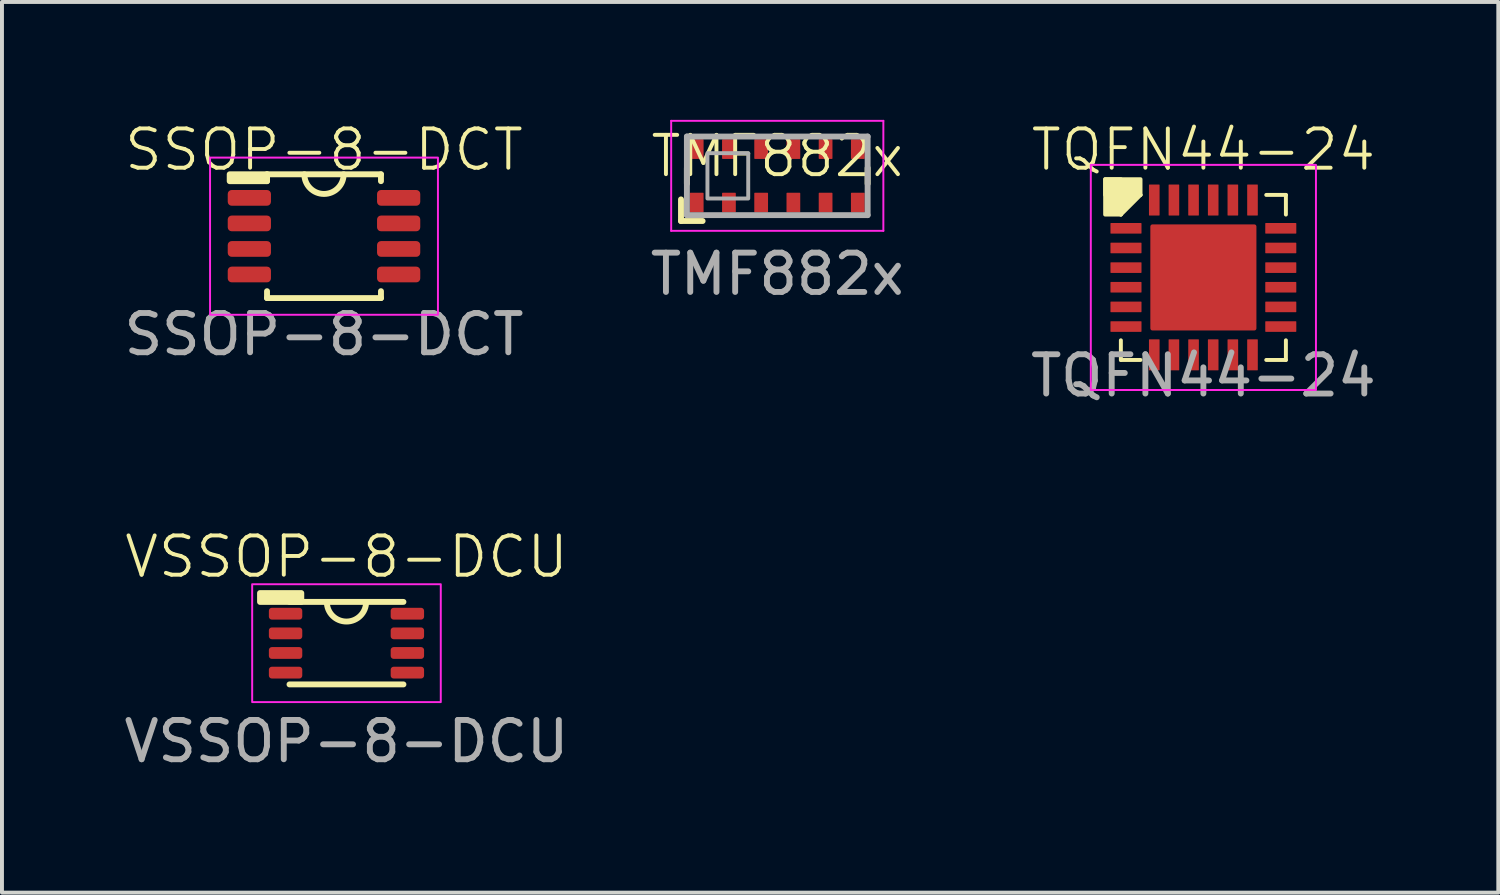
<source format=kicad_pcb>
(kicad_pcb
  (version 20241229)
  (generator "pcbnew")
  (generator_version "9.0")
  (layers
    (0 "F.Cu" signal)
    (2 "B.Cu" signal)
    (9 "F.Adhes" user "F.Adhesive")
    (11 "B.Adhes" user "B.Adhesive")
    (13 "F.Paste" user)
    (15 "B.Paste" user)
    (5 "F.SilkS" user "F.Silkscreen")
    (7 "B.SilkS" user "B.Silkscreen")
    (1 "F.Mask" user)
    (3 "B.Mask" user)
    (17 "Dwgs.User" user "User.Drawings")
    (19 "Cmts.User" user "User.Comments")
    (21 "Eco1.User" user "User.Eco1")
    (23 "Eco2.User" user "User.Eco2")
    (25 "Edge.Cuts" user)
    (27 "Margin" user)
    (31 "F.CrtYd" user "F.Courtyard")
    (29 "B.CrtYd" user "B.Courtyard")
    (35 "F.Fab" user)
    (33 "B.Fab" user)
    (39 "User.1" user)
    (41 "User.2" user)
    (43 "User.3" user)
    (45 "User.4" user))
  (footprint "TMF882x"
    (layer "F.Cu")
    (at 15.474 1.425)
    (property "Reference" "TMF882x" (at 1.258 -0.5 0) (unlocked yes) (layer "F.SilkS") (effects (font (size 1 1) (thickness 0.1))))
    (attr smd)
    (fp_line (start -1.192 0.6) (end -1.192 1.15) (stroke (width 0.15) (type default)) (layer "F.SilkS"))
    (fp_line (start -1.192 1.15) (end -0.642 1.15) (stroke (width 0.15) (type default)) (layer "F.SilkS"))
    (fp_line (start -1.042 -0.2) (end -1.042 0.2) (stroke (width 0.15) (type default)) (layer "F.SilkS"))
    (fp_line (start 3.558 -0.2) (end 3.558 0.2) (stroke (width 0.15) (type default)) (layer "F.SilkS"))
    (fp_line (start -1.442 -1.4) (end 3.958 -1.4) (stroke (width 0.05) (type default)) (layer "F.CrtYd"))
    (fp_line (start -1.442 1.4) (end -1.442 -1.4) (stroke (width 0.05) (type default)) (layer "F.CrtYd"))
    (fp_line (start 3.958 -1.4) (end 3.958 1.4) (stroke (width 0.05) (type default)) (layer "F.CrtYd"))
    (fp_line (start 3.958 1.4) (end -1.442 1.4) (stroke (width 0.05) (type default)) (layer "F.CrtYd"))
    (fp_line (start -1.042 -1) (end -1.042 1) (stroke (width 0.15) (type default)) (layer "F.Fab"))
    (fp_line (start -1.042 -1) (end 3.558 -1) (stroke (width 0.15) (type default)) (layer "F.Fab"))
    (fp_line (start 3.558 -1) (end 3.558 1) (stroke (width 0.15) (type default)) (layer "F.Fab"))
    (fp_line (start 3.558 1) (end -1.042 1) (stroke (width 0.15) (type default)) (layer "F.Fab"))
    (fp_rect (start -0.519 0.577) (end 0.519 -0.577) (stroke (width 0.1) (type default)) (fill no) (layer "F.Fab"))
    (fp_text user "${REFERENCE}" (at 1.258 2.5 0) (unlocked yes) (layer "F.Fab") (effects (font (size 1 1) (thickness 0.15))))
    (pad "1" smd roundrect (at -0.792 0.68 180) (size 0.35 0.5) (layers "F.Cu" "F.Mask" "F.Paste") (roundrect_rratio 0.05))
    (pad "2" smd roundrect (at 0.028 0.68 180) (size 0.35 0.5) (layers "F.Cu" "F.Mask" "F.Paste") (roundrect_rratio 0.05))
    (pad "3" smd roundrect (at 0.848 0.68 180) (size 0.35 0.5) (layers "F.Cu" "F.Mask" "F.Paste") (roundrect_rratio 0.05))
    (pad "4" smd roundrect (at 1.668 0.68 180) (size 0.35 0.5) (layers "F.Cu" "F.Mask" "F.Paste") (roundrect_rratio 0.05))
    (pad "5" smd roundrect (at 2.488 0.68 180) (size 0.35 0.5) (layers "F.Cu" "F.Mask" "F.Paste") (roundrect_rratio 0.05))
    (pad "6" smd roundrect (at 3.308 0.68 180) (size 0.35 0.5) (layers "F.Cu" "F.Mask" "F.Paste") (roundrect_rratio 0.05))
    (pad "7" smd roundrect (at 3.308 -0.68 180) (size 0.35 0.5) (layers "F.Cu" "F.Mask" "F.Paste") (roundrect_rratio 0.05))
    (pad "8" smd roundrect (at 2.488 -0.68 180) (size 0.35 0.5) (layers "F.Cu" "F.Mask" "F.Paste") (roundrect_rratio 0.05))
    (pad "9" smd roundrect (at 1.668 -0.68 180) (size 0.35 0.5) (layers "F.Cu" "F.Mask" "F.Paste") (roundrect_rratio 0.05))
    (pad "10" smd roundrect (at 0.848 -0.68 180) (size 0.35 0.5) (layers "F.Cu" "F.Mask" "F.Paste") (roundrect_rratio 0.05))
    (pad "11" smd roundrect (at 0.028 -0.68 180) (size 0.35 0.5) (layers "F.Cu" "F.Mask" "F.Paste") (roundrect_rratio 0.05))
    (pad "12" smd roundrect (at -0.792 -0.68 180) (size 0.35 0.5) (layers "F.Cu" "F.Mask" "F.Paste") (roundrect_rratio 0.05)))
  (footprint "VSSOP-8-DCU"
    (layer "F.Cu")
    (at 5.768 13.319)
    (property "Reference" "VSSOP-8-DCU" (at 0 -2.2 0) (unlocked yes) (layer "F.SilkS") (effects (font (size 1 1) (thickness 0.1))))
    (attr smd)
    (fp_line (start -1.45 1.05) (end 1.45 1.05) (stroke (width 0.15) (type solid)) (layer "F.SilkS"))
    (fp_line (start 1.45 -1.05) (end -1.45 -1.05) (stroke (width 0.15) (type solid)) (layer "F.SilkS"))
    (fp_rect (start -2.2 -1.275) (end -1.15 -1.05) (stroke (width 0.15) (type default)) (fill yes) (layer "F.SilkS"))
    (fp_arc (start 0.5 -1.05) (mid 0 -0.55) (end -0.5 -1.05) (stroke (width 0.15) (type default)) (layer "F.SilkS"))
    (fp_rect (start -2.4 -1.5) (end 2.4 1.5) (stroke (width 0.05) (type default)) (fill no) (layer "F.CrtYd"))
    (fp_text user "${REFERENCE}" (at 0 2.5 0) (unlocked yes) (layer "F.Fab") (effects (font (size 1 1) (thickness 0.15))))
    (pad "1" smd roundrect (at -1.55 -0.75) (size 0.85 0.3) (layers "F.Cu" "F.Mask" "F.Paste") (roundrect_rratio 0.25))
    (pad "2" smd roundrect (at -1.55 -0.25) (size 0.85 0.3) (layers "F.Cu" "F.Mask" "F.Paste") (roundrect_rratio 0.25))
    (pad "3" smd roundrect (at -1.55 0.25) (size 0.85 0.3) (layers "F.Cu" "F.Mask" "F.Paste") (roundrect_rratio 0.25))
    (pad "4" smd roundrect (at -1.55 0.75) (size 0.85 0.3) (layers "F.Cu" "F.Mask" "F.Paste") (roundrect_rratio 0.25))
    (pad "5" smd roundrect (at 1.55 0.75 180) (size 0.85 0.3) (layers "F.Cu" "F.Mask" "F.Paste") (roundrect_rratio 0.25))
    (pad "6" smd roundrect (at 1.55 0.25 180) (size 0.85 0.3) (layers "F.Cu" "F.Mask" "F.Paste") (roundrect_rratio 0.25))
    (pad "7" smd roundrect (at 1.55 -0.25 180) (size 0.85 0.3) (layers "F.Cu" "F.Mask" "F.Paste") (roundrect_rratio 0.25))
    (pad "8" smd roundrect (at 1.55 -0.75 180) (size 0.85 0.3) (layers "F.Cu" "F.Mask" "F.Paste") (roundrect_rratio 0.25)))
  (footprint "TQFN44-24"
    (layer "F.Cu")
    (at 27.577 4.011)
    (property "Reference" "TQFN44-24" (at 0 -3.25 0) (unlocked yes) (layer "F.SilkS") (effects (font (size 1 1) (thickness 0.1))))
    (attr smd)
    (fp_line (start -2.1 -1.6) (end -2.1 -2.1) (stroke (width 0.1) (type default)) (layer "F.SilkS"))
    (fp_line (start -2.1 1.6) (end -2.1 2.1) (stroke (width 0.1) (type default)) (layer "F.SilkS"))
    (fp_line (start -1.6 -2.1) (end -2.1 -2.1) (stroke (width 0.1) (type default)) (layer "F.SilkS"))
    (fp_line (start -1.6 2.1) (end -2.1 2.1) (stroke (width 0.1) (type default)) (layer "F.SilkS"))
    (fp_line (start 1.6 -2.1) (end 2.1 -2.1) (stroke (width 0.1) (type default)) (layer "F.SilkS"))
    (fp_line (start 1.6 2.1) (end 2.1 2.1) (stroke (width 0.1) (type default)) (layer "F.SilkS"))
    (fp_line (start 2.1 -1.6) (end 2.1 -2.1) (stroke (width 0.1) (type default)) (layer "F.SilkS"))
    (fp_line (start 2.1 1.6) (end 2.1 2.1) (stroke (width 0.1) (type default)) (layer "F.SilkS"))
    (fp_rect (start -2.5 -2.5) (end -2.1 -1.6) (stroke (width 0.1) (type solid)) (fill yes) (layer "F.SilkS"))
    (fp_rect (start -2.5 -2.5) (end -1.6 -2.1) (stroke (width 0.1) (type solid)) (fill yes) (layer "F.SilkS"))
    (fp_poly (pts (xy -2.1 -1.6) (xy -1.6 -2.1) (xy -2.1 -2.1)) (stroke (width 0.1) (type solid)) (fill yes) (layer "F.SilkS"))
    (fp_rect (start -2.865 -2.865) (end 2.865 2.865) (stroke (width 0.05) (type default)) (fill no) (layer "F.CrtYd"))
    (fp_text user "${REFERENCE}" (at 0 2.5 0) (unlocked yes) (layer "F.Fab") (effects (font (size 1 1) (thickness 0.15))))
    (pad "1" smd roundrect (at -1.97 -1.25 90) (size 0.27 0.79) (layers "F.Cu" "F.Mask" "F.Paste") (roundrect_rratio 0.05))
    (pad "2" smd roundrect (at -1.97 -0.75 90) (size 0.27 0.79) (layers "F.Cu" "F.Mask" "F.Paste") (roundrect_rratio 0.05))
    (pad "3" smd roundrect (at -1.97 -0.25 90) (size 0.27 0.79) (layers "F.Cu" "F.Mask" "F.Paste") (roundrect_rratio 0.05))
    (pad "4" smd roundrect (at -1.97 0.25 90) (size 0.27 0.79) (layers "F.Cu" "F.Mask" "F.Paste") (roundrect_rratio 0.05))
    (pad "5" smd roundrect (at -1.97 0.75 90) (size 0.27 0.79) (layers "F.Cu" "F.Mask" "F.Paste") (roundrect_rratio 0.05))
    (pad "6" smd roundrect (at -1.97 1.25 90) (size 0.27 0.79) (layers "F.Cu" "F.Mask" "F.Paste") (roundrect_rratio 0.05))
    (pad "7" smd roundrect (at -1.25 1.97 180) (size 0.27 0.79) (layers "F.Cu" "F.Mask" "F.Paste") (roundrect_rratio 0.05))
    (pad "8" smd roundrect (at -0.75 1.97 180) (size 0.27 0.79) (layers "F.Cu" "F.Mask" "F.Paste") (roundrect_rratio 0.05))
    (pad "9" smd roundrect (at -0.25 1.97 180) (size 0.27 0.79) (layers "F.Cu" "F.Mask" "F.Paste") (roundrect_rratio 0.05))
    (pad "10" smd roundrect (at 0.25 1.97 180) (size 0.27 0.79) (layers "F.Cu" "F.Mask" "F.Paste") (roundrect_rratio 0.05))
    (pad "11" smd roundrect (at 0.75 1.97 180) (size 0.27 0.79) (layers "F.Cu" "F.Mask" "F.Paste") (roundrect_rratio 0.05))
    (pad "12" smd roundrect (at 1.25 1.97) (size 0.27 0.79) (layers "F.Cu" "F.Mask" "F.Paste") (roundrect_rratio 0.05))
    (pad "13" smd roundrect (at 1.97 1.25 270) (size 0.27 0.79) (layers "F.Cu" "F.Mask" "F.Paste") (roundrect_rratio 0.05))
    (pad "14" smd roundrect (at 1.97 0.75 270) (size 0.27 0.79) (layers "F.Cu" "F.Mask" "F.Paste") (roundrect_rratio 0.05))
    (pad "15" smd roundrect (at 1.97 0.25 270) (size 0.27 0.79) (layers "F.Cu" "F.Mask" "F.Paste") (roundrect_rratio 0.05))
    (pad "16" smd roundrect (at 1.97 -0.25 270) (size 0.27 0.79) (layers "F.Cu" "F.Mask" "F.Paste") (roundrect_rratio 0.05))
    (pad "17" smd roundrect (at 1.97 -0.75 270) (size 0.27 0.79) (layers "F.Cu" "F.Mask" "F.Paste") (roundrect_rratio 0.05))
    (pad "18" smd roundrect (at 1.97 -1.25 270) (size 0.27 0.79) (layers "F.Cu" "F.Mask" "F.Paste") (roundrect_rratio 0.05))
    (pad "19" smd roundrect (at 1.25 -1.97) (size 0.27 0.79) (layers "F.Cu" "F.Mask" "F.Paste") (roundrect_rratio 0.05))
    (pad "20" smd roundrect (at 0.75 -1.97) (size 0.27 0.79) (layers "F.Cu" "F.Mask" "F.Paste") (roundrect_rratio 0.05))
    (pad "21" smd roundrect (at 0.25 -1.97) (size 0.27 0.79) (layers "F.Cu" "F.Mask" "F.Paste") (roundrect_rratio 0.05))
    (pad "22" smd roundrect (at -0.25 -1.97) (size 0.27 0.79) (layers "F.Cu" "F.Mask" "F.Paste") (roundrect_rratio 0.05))
    (pad "23" smd roundrect (at -0.75 -1.97) (size 0.27 0.79) (layers "F.Cu" "F.Mask" "F.Paste") (roundrect_rratio 0.05))
    (pad "24" smd roundrect (at -1.25 -1.97) (size 0.27 0.79) (layers "F.Cu" "F.Mask" "F.Paste") (roundrect_rratio 0.05))
    (pad "25" smd roundrect (at 0 0 270) (size 2.7 2.7) (layers "F.Cu" "F.Mask" "F.Paste") (roundrect_rratio 0.02)))
  (footprint "SSOP-8-DCT"
    (layer "F.Cu")
    (at 5.196 2.961)
    (property "Reference" "SSOP-8-DCT" (at 0 -2.2 0) (unlocked yes) (layer "F.SilkS") (effects (font (size 1 1) (thickness 0.1))))
    (attr smd)
    (fp_line (start -1.45 -1.575) (end -1.45 -1.4) (stroke (width 0.15) (type default)) (layer "F.SilkS"))
    (fp_line (start -1.45 1.575) (end -1.45 1.4) (stroke (width 0.15) (type default)) (layer "F.SilkS"))
    (fp_line (start -1.45 1.575) (end 1.45 1.575) (stroke (width 0.15) (type solid)) (layer "F.SilkS"))
    (fp_line (start 1.45 -1.575) (end -1.45 -1.575) (stroke (width 0.15) (type solid)) (layer "F.SilkS"))
    (fp_line (start 1.45 -1.575) (end 1.45 -1.4) (stroke (width 0.15) (type default)) (layer "F.SilkS"))
    (fp_line (start 1.45 1.575) (end 1.45 1.4) (stroke (width 0.15) (type default)) (layer "F.SilkS"))
    (fp_rect (start -2.4 -1.575) (end -1.45 -1.4) (stroke (width 0.15) (type default)) (fill yes) (layer "F.SilkS"))
    (fp_rect (start -1.45 -1.575) (end -1.45 -1.4) (stroke (width 0.1) (type default)) (fill no) (layer "F.SilkS"))
    (fp_arc (start 0.5 -1.575) (mid 0 -1.075) (end -0.5 -1.575) (stroke (width 0.15) (type default)) (layer "F.SilkS"))
    (fp_rect (start -2.9 -2) (end 2.9 2) (stroke (width 0.05) (type default)) (fill no) (layer "F.CrtYd"))
    (fp_text user "${REFERENCE}" (at 0 2.5 0) (unlocked yes) (layer "F.Fab") (effects (font (size 1 1) (thickness 0.15))))
    (pad "1" smd roundrect (at -1.9 -0.975) (size 1.1 0.4) (layers "F.Cu" "F.Mask" "F.Paste") (roundrect_rratio 0.25))
    (pad "2" smd roundrect (at -1.9 -0.325) (size 1.1 0.4) (layers "F.Cu" "F.Mask" "F.Paste") (roundrect_rratio 0.25))
    (pad "3" smd roundrect (at -1.9 0.325) (size 1.1 0.4) (layers "F.Cu" "F.Mask" "F.Paste") (roundrect_rratio 0.25))
    (pad "4" smd roundrect (at -1.9 0.975) (size 1.1 0.4) (layers "F.Cu" "F.Mask" "F.Paste") (roundrect_rratio 0.25))
    (pad "5" smd roundrect (at 1.9 0.975 180) (size 1.1 0.4) (layers "F.Cu" "F.Mask" "F.Paste") (roundrect_rratio 0.25))
    (pad "6" smd roundrect (at 1.9 0.325 180) (size 1.1 0.4) (layers "F.Cu" "F.Mask" "F.Paste") (roundrect_rratio 0.25))
    (pad "7" smd roundrect (at 1.9 -0.325 180) (size 1.1 0.4) (layers "F.Cu" "F.Mask" "F.Paste") (roundrect_rratio 0.25))
    (pad "8" smd roundrect (at 1.9 -0.975 180) (size 1.1 0.4) (layers "F.Cu" "F.Mask" "F.Paste") (roundrect_rratio 0.25)))
  (gr_rect
    (start -3 -3)
    (end 35.083 19.668)
    (stroke (width 0.1) (type default))
    (fill no)
    (layer "Edge.Cuts")))
</source>
